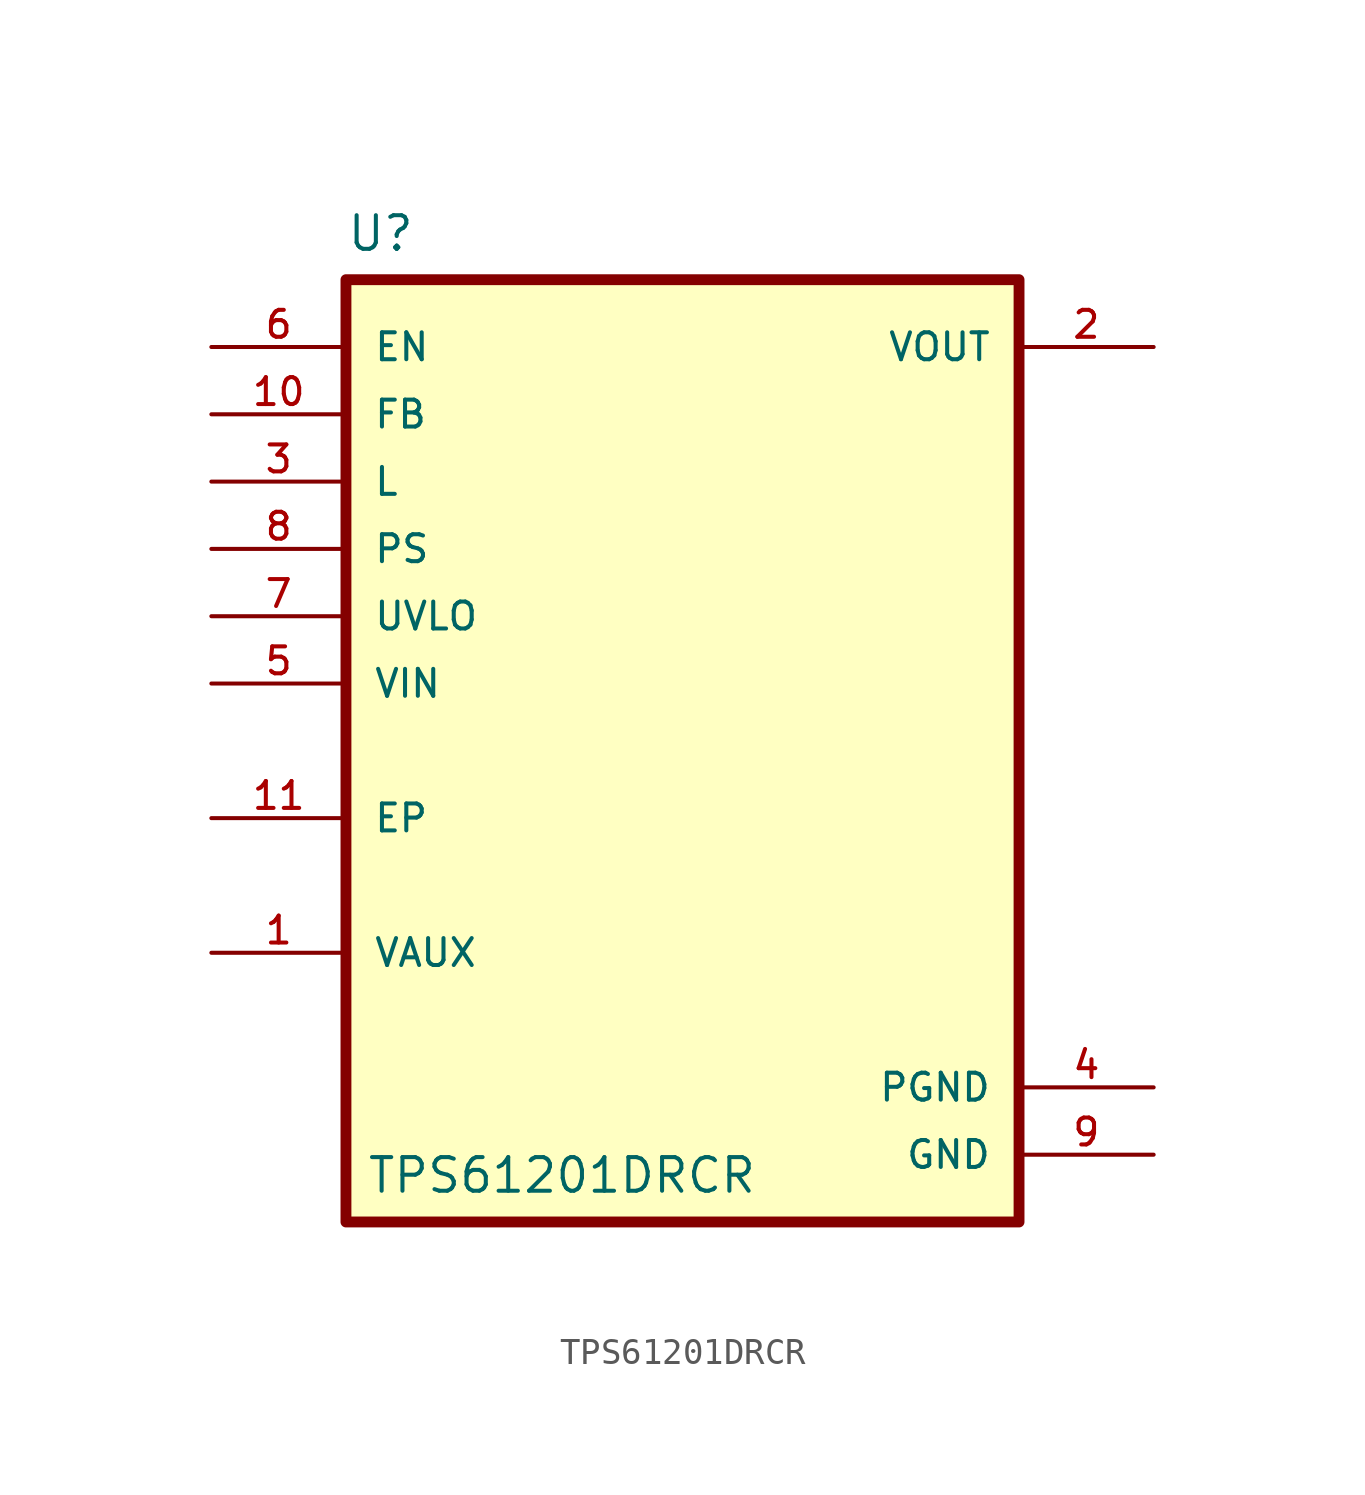
<source format=kicad_sym>
(kicad_symbol_lib
  (version 20231120)
  (generator "kicad_symbol_editor")
  (generator_version "8.0")
  (symbol "TPS61201DRCR"
    (pin_names
      (offset 1.016))
    (property "Reference" "U"
      (at -12.7 18.78 0)
      (effects (font (size 1.27 1.27)) (justify left bottom)))
    (property "Value" "TPS61201DRCR"
      (at -11.938 -16.764 0)
      (effects (font (size 1.27 1.27)) (justify left bottom)))
    (symbol "TPS61201DRCR_0_0"
      (rectangle (start -12.7 -17.78) (end 12.7 17.78) (stroke (width 0.41) (type default)) (fill (type background)))
      (pin bidirectional line (at -17.78 -7.62 0) (length 5.08) (name "VAUX" (effects (font (size 1.016 1.016)))) (number "1" (effects (font (size 1.016 1.016)))))
      (pin input line (at -17.78 12.7 0) (length 5.08) (name "FB" (effects (font (size 1.016 1.016)))) (number "10" (effects (font (size 1.016 1.016)))))
      (pin bidirectional line (at -17.78 -2.54 0) (length 5.08) (name "EP" (effects (font (size 1.016 1.016)))) (number "11" (effects (font (size 1.016 1.016)))))
      (pin output line (at 17.78 15.24 180) (length 5.08) (name "VOUT" (effects (font (size 1.016 1.016)))) (number "2" (effects (font (size 1.016 1.016)))))
      (pin input line (at -17.78 10.16 0) (length 5.08) (name "L" (effects (font (size 1.016 1.016)))) (number "3" (effects (font (size 1.016 1.016)))))
      (pin power_in line (at 17.78 -12.7 180) (length 5.08) (name "PGND" (effects (font (size 1.016 1.016)))) (number "4" (effects (font (size 1.016 1.016)))))
      (pin input line (at -17.78 2.54 0) (length 5.08) (name "VIN" (effects (font (size 1.016 1.016)))) (number "5" (effects (font (size 1.016 1.016)))))
      (pin input line (at -17.78 15.24 0) (length 5.08) (name "EN" (effects (font (size 1.016 1.016)))) (number "6" (effects (font (size 1.016 1.016)))))
      (pin input line (at -17.78 5.08 0) (length 5.08) (name "UVLO" (effects (font (size 1.016 1.016)))) (number "7" (effects (font (size 1.016 1.016)))))
      (pin input line (at -17.78 7.62 0) (length 5.08) (name "PS" (effects (font (size 1.016 1.016)))) (number "8" (effects (font (size 1.016 1.016)))))
      (pin power_in line (at 17.78 -15.24 180) (length 5.08) (name "GND" (effects (font (size 1.016 1.016)))) (number "9" (effects (font (size 1.016 1.016))))))))
</source>
